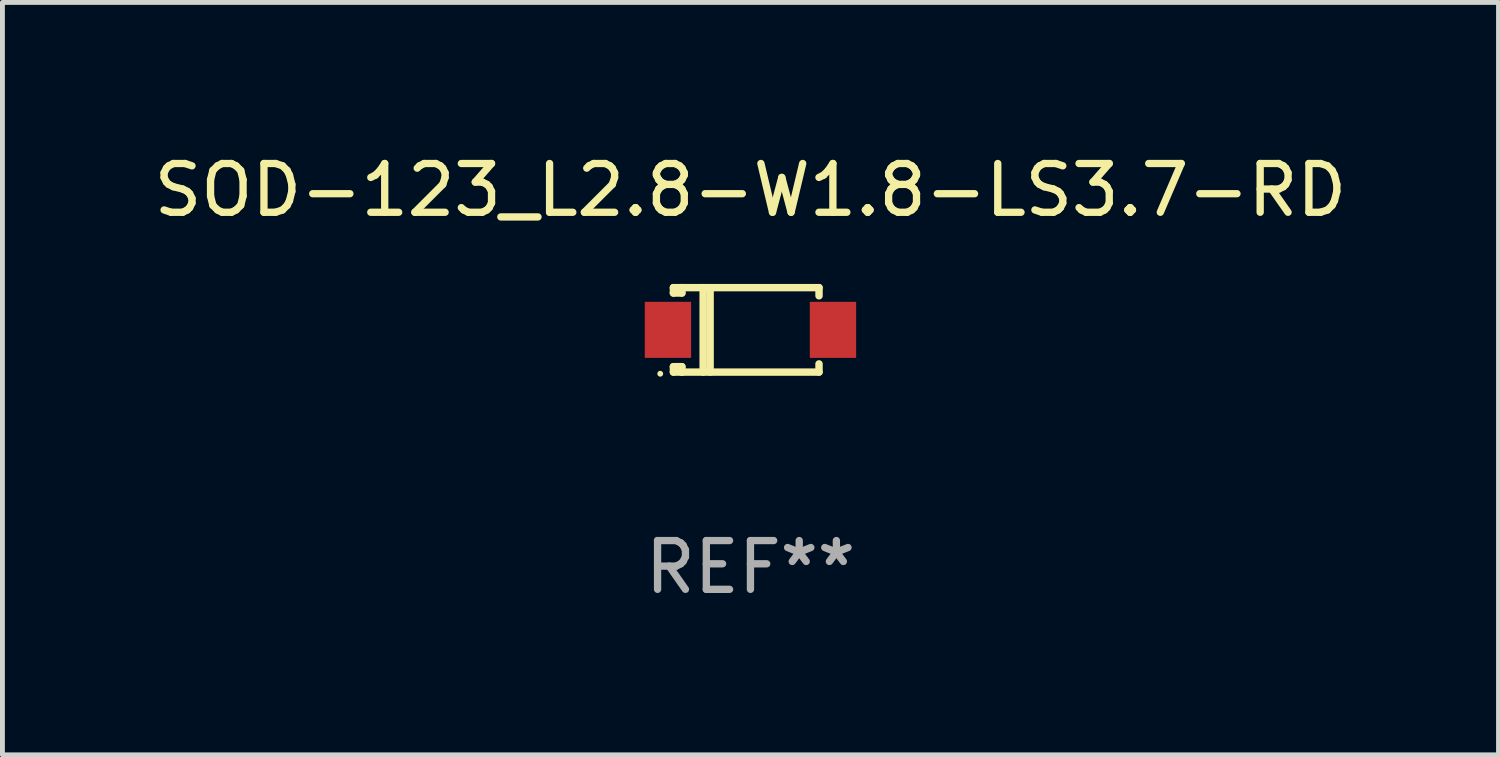
<source format=kicad_pcb>
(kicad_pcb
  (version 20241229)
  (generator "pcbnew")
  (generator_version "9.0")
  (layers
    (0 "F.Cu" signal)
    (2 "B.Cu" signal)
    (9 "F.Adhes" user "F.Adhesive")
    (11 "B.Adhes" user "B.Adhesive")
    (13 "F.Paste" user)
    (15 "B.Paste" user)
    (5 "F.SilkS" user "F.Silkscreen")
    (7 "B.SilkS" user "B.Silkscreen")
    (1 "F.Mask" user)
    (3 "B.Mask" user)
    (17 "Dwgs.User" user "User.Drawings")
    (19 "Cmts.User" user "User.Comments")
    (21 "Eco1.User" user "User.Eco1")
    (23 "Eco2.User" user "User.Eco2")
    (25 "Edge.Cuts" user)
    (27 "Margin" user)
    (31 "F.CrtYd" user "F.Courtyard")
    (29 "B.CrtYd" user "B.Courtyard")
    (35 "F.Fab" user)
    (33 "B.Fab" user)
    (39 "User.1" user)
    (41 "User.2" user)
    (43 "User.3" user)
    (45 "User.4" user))
  (footprint "SOD-123_L2.8-W1.8-LS3.7-RD"
    (layer "F.Cu")
    (at 12.339 3.714)
    (property "Reference" "SOD-123_L2.8-W1.8-LS3.7-RD" (at 0 -2.866 0) (layer "F.SilkS") (effects (font (size 1 1) (thickness 0.15))))
    (attr smd)
    (fp_line (start -1.58 -0.866) (end -1.406 -0.866) (stroke (width 0.152) (type solid)) (layer "F.SilkS"))
    (fp_line (start -1.58 -0.755) (end -1.58 -0.866) (stroke (width 0.152) (type solid)) (layer "F.SilkS"))
    (fp_line (start -1.58 -0.755) (end -1.406 -0.755) (stroke (width 0.152) (type solid)) (layer "F.SilkS"))
    (fp_line (start -1.58 0.755) (end -1.406 0.755) (stroke (width 0.152) (type solid)) (layer "F.SilkS"))
    (fp_line (start -1.58 0.866) (end -1.58 0.755) (stroke (width 0.152) (type solid)) (layer "F.SilkS"))
    (fp_line (start -1.406 -0.866) (end -1.406 -0.755) (stroke (width 0.152) (type solid)) (layer "F.SilkS"))
    (fp_line (start -1.406 -0.866) (end 1.406 -0.866) (stroke (width 0.152) (type solid)) (layer "F.SilkS"))
    (fp_line (start -1.406 0.755) (end -1.406 0.866) (stroke (width 0.152) (type solid)) (layer "F.SilkS"))
    (fp_line (start -1.406 0.866) (end -1.58 0.866) (stroke (width 0.152) (type solid)) (layer "F.SilkS"))
    (fp_line (start -1.406 0.866) (end 1.406 0.866) (stroke (width 0.152) (type solid)) (layer "F.SilkS"))
    (fp_line (start -0.97 -0.866) (end -0.97 0.866) (stroke (width 0.152) (type solid)) (layer "F.SilkS"))
    (fp_line (start -0.827 -0.866) (end -0.827 0.866) (stroke (width 0.152) (type solid)) (layer "F.SilkS"))
    (fp_line (start 1.406 -0.866) (end 1.406 -0.698) (stroke (width 0.152) (type solid)) (layer "F.SilkS"))
    (fp_line (start 1.406 0.866) (end 1.406 0.698) (stroke (width 0.152) (type solid)) (layer "F.SilkS"))
    (fp_circle (center -1.85 0.9) (end -1.82 0.9) (stroke (width 0.06) (type solid)) (fill no) (layer "F.SilkS"))
    (fp_text user "REF**" (at 0 4.866 0) (layer "F.Fab") (effects (font (size 1 1) (thickness 0.15))))
    (pad "1" smd rect (at -1.692 0) (size 0.95 1.15) (layers "F.Cu" "F.Mask" "F.Paste"))
    (pad "2" smd rect (at 1.692 0) (size 0.95 1.15) (layers "F.Cu" "F.Mask" "F.Paste")))
  (gr_rect
    (start -3 -3)
    (end 27.679 12.429)
    (stroke (width 0.1) (type default))
    (fill no)
    (layer "Edge.Cuts")))
</source>
